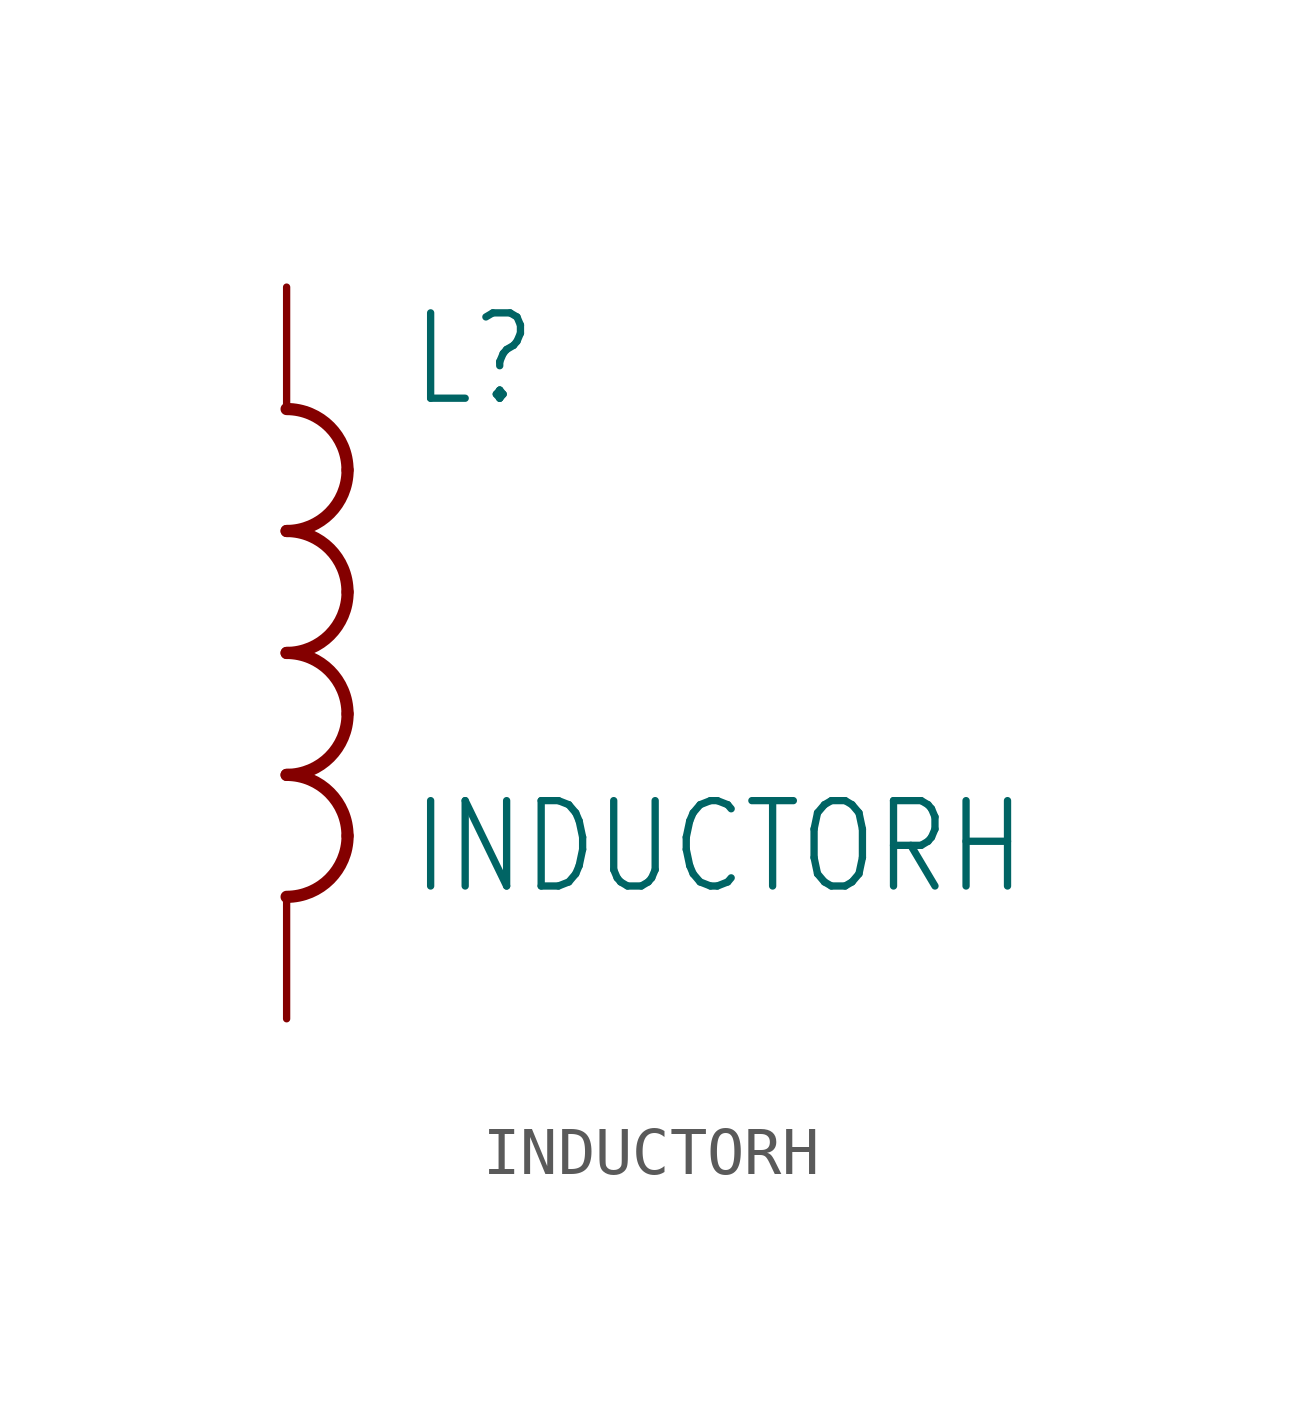
<source format=kicad_sym>
(kicad_symbol_lib
  (version 20211014)
  (generator kicad_symbol_editor)
  (symbol "INDUCTORH"
    (property "Reference" "L"
      (at 2.54 5.08 0)
      (effects (font (size 1.778 1.511)) (justify left bottom)))
    (property "Value" "INDUCTORH"
      (at 2.54 -5.08 0)
      (effects (font (size 1.778 1.511)) (justify left bottom)))
    (property "ki_locked" ""
      (at 0 0 0)
      (effects (font (size 1.27 1.27))))
    (symbol "INDUCTORH_1_0"
      (arc (start 0 -5.08) (mid 0.898 -4.708) (end 1.27 -3.81) (stroke (width 0.254) (type default) (color 0 0 0 0)) (fill (type none)))
      (arc (start 0 -2.54) (mid 0.898 -2.168) (end 1.27 -1.27) (stroke (width 0.254) (type default) (color 0 0 0 0)) (fill (type none)))
      (arc (start 0 0) (mid 0.898 0.372) (end 1.27 1.27) (stroke (width 0.254) (type default) (color 0 0 0 0)) (fill (type none)))
      (arc (start 0 2.54) (mid 0.898 2.912) (end 1.27 3.81) (stroke (width 0.254) (type default) (color 0 0 0 0)) (fill (type none)))
      (arc (start 1.27 -3.81) (mid 0.898 -2.912) (end 0 -2.54) (stroke (width 0.254) (type default) (color 0 0 0 0)) (fill (type none)))
      (arc (start 1.27 -1.27) (mid 0.898 -0.372) (end 0 0) (stroke (width 0.254) (type default) (color 0 0 0 0)) (fill (type none)))
      (arc (start 1.27 1.27) (mid 0.898 2.168) (end 0 2.54) (stroke (width 0.254) (type default) (color 0 0 0 0)) (fill (type none)))
      (arc (start 1.27 3.81) (mid 0.898 4.708) (end 0 5.08) (stroke (width 0.254) (type default) (color 0 0 0 0)) (fill (type none)))
      (pin passive line (at 0 7.62 270) (length 2.54) (name "1" (effects (font (size 0 0)))) (number "P$1" (effects (font (size 0 0)))))
      (pin passive line (at 0 -7.62 90) (length 2.54) (name "2" (effects (font (size 0 0)))) (number "P$2" (effects (font (size 0 0))))))))
</source>
